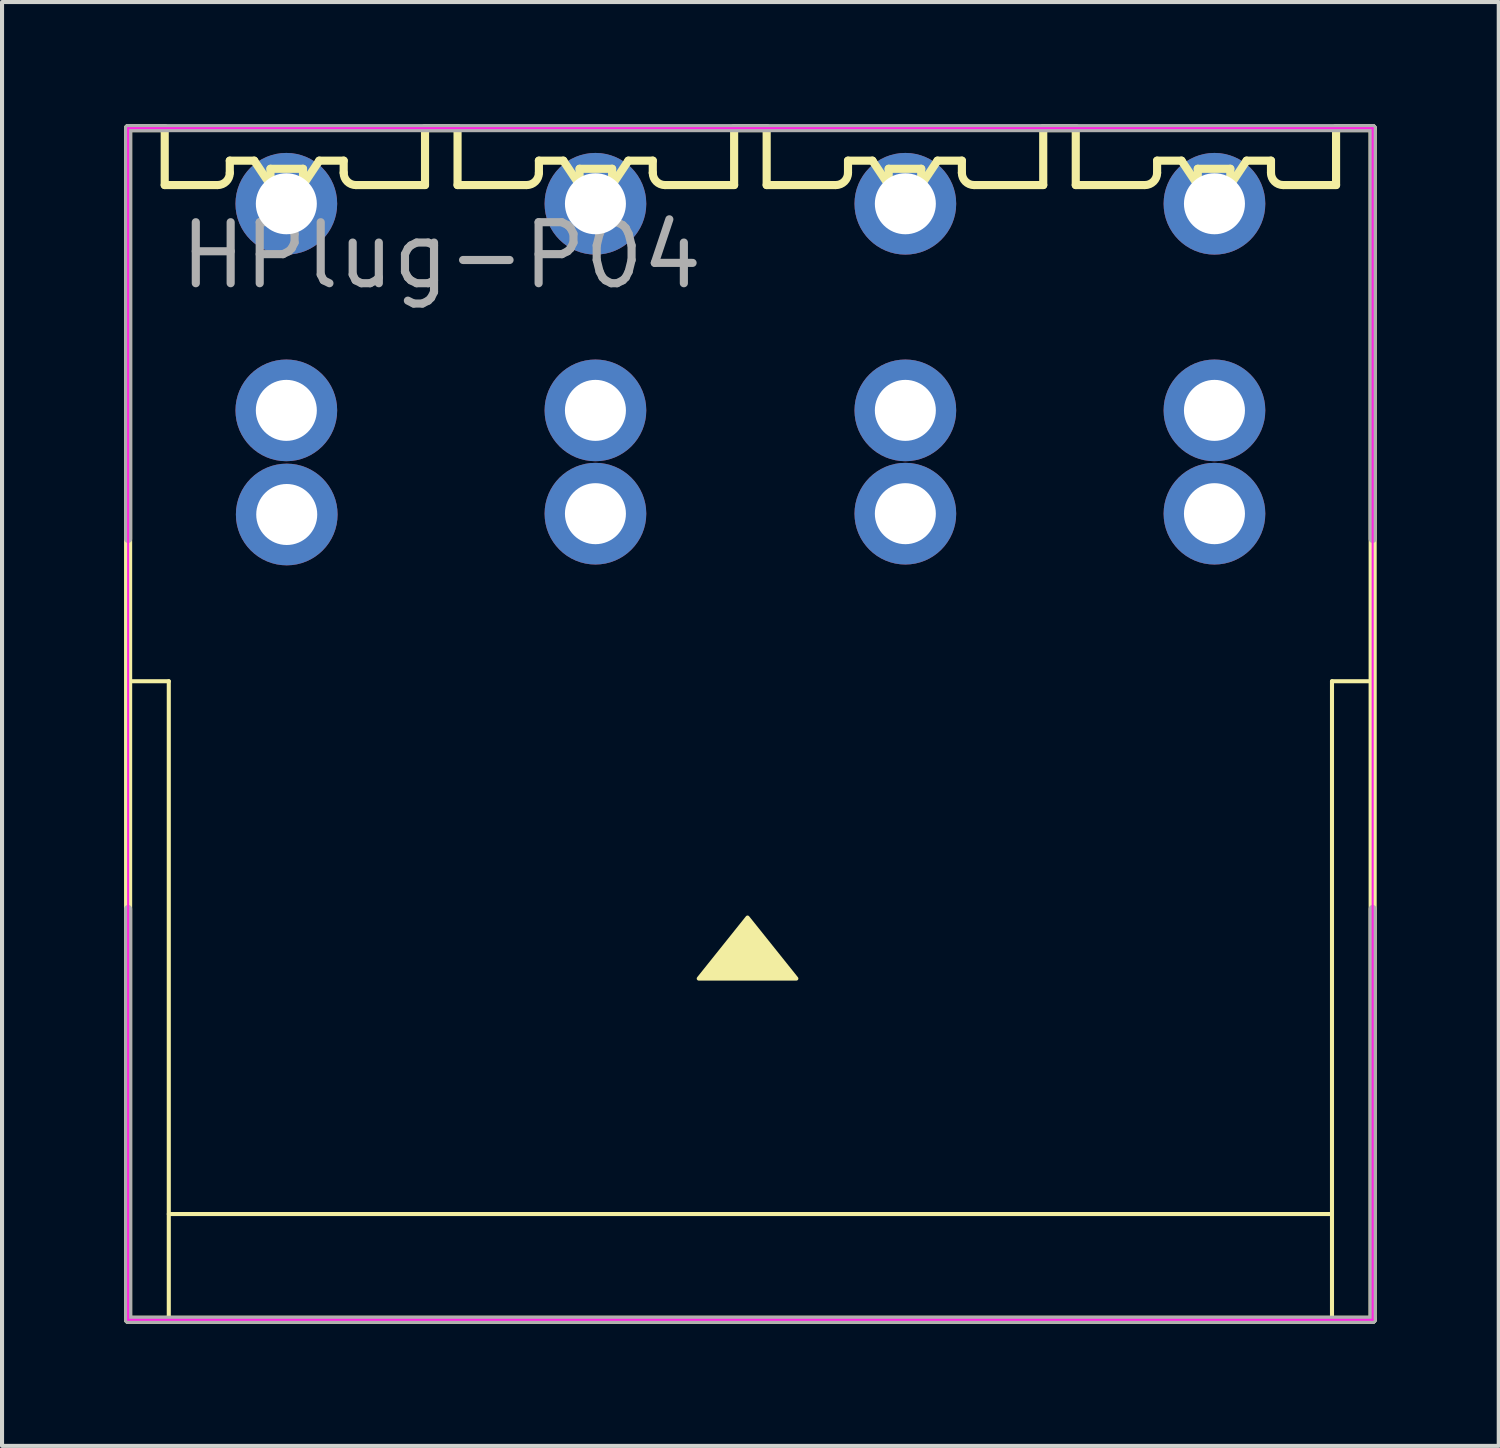
<source format=kicad_pcb>
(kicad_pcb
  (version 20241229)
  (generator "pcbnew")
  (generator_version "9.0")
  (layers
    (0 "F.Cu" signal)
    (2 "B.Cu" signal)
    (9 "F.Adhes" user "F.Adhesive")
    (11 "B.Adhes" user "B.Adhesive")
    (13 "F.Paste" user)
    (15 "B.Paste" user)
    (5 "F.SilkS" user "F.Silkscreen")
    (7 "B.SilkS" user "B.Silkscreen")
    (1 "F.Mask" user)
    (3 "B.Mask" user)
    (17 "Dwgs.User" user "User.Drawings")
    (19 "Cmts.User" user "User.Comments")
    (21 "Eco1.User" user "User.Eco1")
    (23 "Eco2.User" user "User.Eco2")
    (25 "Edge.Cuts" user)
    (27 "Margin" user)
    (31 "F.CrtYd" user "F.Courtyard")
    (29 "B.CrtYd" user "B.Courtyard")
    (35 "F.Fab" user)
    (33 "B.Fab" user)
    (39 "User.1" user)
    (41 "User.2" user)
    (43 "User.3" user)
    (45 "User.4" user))
  (footprint "HPlug-P04"
    (layer "F.Cu")
    (at 15.4 4.5)
    (property "Reference" "HPlug-P04" (at -7.6 -1.27 180) (layer "F.Fab") (effects (font (size 1.5 1.5) (thickness 0.2))))
    (attr through_hole)
    (fp_line (start -15.3 -4.4) (end -15.3 24.9) (stroke (width 0.2) (type solid)) (layer "F.SilkS"))
    (fp_line (start -15.3 -4.4) (end -14.4 -4.4) (stroke (width 0.2) (type solid)) (layer "F.SilkS"))
    (fp_line (start -15.3 9.2) (end -14.3 9.2) (stroke (width 0.1) (type solid)) (layer "F.SilkS"))
    (fp_line (start -15.3 24.9) (end 15.3 24.9) (stroke (width 0.2) (type solid)) (layer "F.SilkS"))
    (fp_line (start -14.4 -3) (end -14.4 -4.4) (stroke (width 0.2) (type solid)) (layer "F.SilkS"))
    (fp_line (start -14.3 9.2) (end -14.3 24.9) (stroke (width 0.1) (type solid)) (layer "F.SilkS"))
    (fp_line (start -14.3 22.3) (end 14.3 22.3) (stroke (width 0.1) (type solid)) (layer "F.SilkS"))
    (fp_line (start -13.1 -3) (end -14.4 -3) (stroke (width 0.2) (type solid)) (layer "F.SilkS"))
    (fp_line (start -12.8 -3.6) (end -12.8 -3.3) (stroke (width 0.2) (type solid)) (layer "F.SilkS"))
    (fp_line (start -12.8 -3.6) (end -12.2 -3.6) (stroke (width 0.2) (type solid)) (layer "F.SilkS"))
    (fp_line (start -11.8 -3.4) (end -11.8 -3) (stroke (width 0.2) (type solid)) (layer "F.SilkS"))
    (fp_line (start -11.8 -3.4) (end -11 -3.4) (stroke (width 0.2) (type solid)) (layer "F.SilkS"))
    (fp_line (start -11.8 -3) (end -12.2 -3.6) (stroke (width 0.2) (type solid)) (layer "F.SilkS"))
    (fp_line (start -11 -3.4) (end -11 -3) (stroke (width 0.2) (type solid)) (layer "F.SilkS"))
    (fp_line (start -11 -3) (end -10.6 -3.6) (stroke (width 0.2) (type solid)) (layer "F.SilkS"))
    (fp_line (start -10.6 -3.6) (end -10 -3.6) (stroke (width 0.2) (type solid)) (layer "F.SilkS"))
    (fp_line (start -10 -3.6) (end -10 -3.3) (stroke (width 0.2) (type solid)) (layer "F.SilkS"))
    (fp_line (start -8 -4.4) (end -7.2 -4.4) (stroke (width 0.2) (type solid)) (layer "F.SilkS"))
    (fp_line (start -8 -3) (end -9.7 -3) (stroke (width 0.2) (type solid)) (layer "F.SilkS"))
    (fp_line (start -8 -3) (end -8 -4.4) (stroke (width 0.2) (type solid)) (layer "F.SilkS"))
    (fp_line (start -7.2 -3) (end -7.2 -4.4) (stroke (width 0.2) (type solid)) (layer "F.SilkS"))
    (fp_line (start -5.5 -3) (end -7.2 -3) (stroke (width 0.2) (type solid)) (layer "F.SilkS"))
    (fp_line (start -5.2 -3.6) (end -4.6 -3.6) (stroke (width 0.2) (type solid)) (layer "F.SilkS"))
    (fp_line (start -5.2 -3.3) (end -5.2 -3.6) (stroke (width 0.2) (type solid)) (layer "F.SilkS"))
    (fp_line (start -4.6 -3.6) (end -4.2 -3) (stroke (width 0.2) (type solid)) (layer "F.SilkS"))
    (fp_line (start -4.2 -3.4) (end -3.4 -3.4) (stroke (width 0.2) (type solid)) (layer "F.SilkS"))
    (fp_line (start -4.2 -3) (end -4.2 -3.4) (stroke (width 0.2) (type solid)) (layer "F.SilkS"))
    (fp_line (start -3.4 -3) (end -3.4 -3.4) (stroke (width 0.2) (type solid)) (layer "F.SilkS"))
    (fp_line (start -3 -3.6) (end -3.4 -3) (stroke (width 0.2) (type solid)) (layer "F.SilkS"))
    (fp_line (start -3 -3.6) (end -2.4 -3.6) (stroke (width 0.2) (type solid)) (layer "F.SilkS"))
    (fp_line (start -2.4 -3.3) (end -2.4 -3.6) (stroke (width 0.2) (type solid)) (layer "F.SilkS"))
    (fp_line (start -0.4 -4.4) (end 0.4 -4.4) (stroke (width 0.2) (type solid)) (layer "F.SilkS"))
    (fp_line (start -0.4 -3) (end -2.1 -3) (stroke (width 0.2) (type solid)) (layer "F.SilkS"))
    (fp_line (start -0.4 -3) (end -0.4 -4.4) (stroke (width 0.2) (type solid)) (layer "F.SilkS"))
    (fp_line (start 0.4 -3) (end 0.4 -4.4) (stroke (width 0.2) (type solid)) (layer "F.SilkS"))
    (fp_line (start 2.1 -3) (end 0.4 -3) (stroke (width 0.2) (type solid)) (layer "F.SilkS"))
    (fp_line (start 2.4 -3.6) (end 3 -3.6) (stroke (width 0.2) (type solid)) (layer "F.SilkS"))
    (fp_line (start 2.4 -3.3) (end 2.4 -3.6) (stroke (width 0.2) (type solid)) (layer "F.SilkS"))
    (fp_line (start 3 -3.6) (end 3.4 -3) (stroke (width 0.2) (type solid)) (layer "F.SilkS"))
    (fp_line (start 3.4 -3.4) (end 4.2 -3.4) (stroke (width 0.2) (type solid)) (layer "F.SilkS"))
    (fp_line (start 3.4 -3) (end 3.4 -3.4) (stroke (width 0.2) (type solid)) (layer "F.SilkS"))
    (fp_line (start 4.2 -3) (end 4.2 -3.4) (stroke (width 0.2) (type solid)) (layer "F.SilkS"))
    (fp_line (start 4.6 -3.6) (end 4.2 -3) (stroke (width 0.2) (type solid)) (layer "F.SilkS"))
    (fp_line (start 4.6 -3.6) (end 5.2 -3.6) (stroke (width 0.2) (type solid)) (layer "F.SilkS"))
    (fp_line (start 5.2 -3.3) (end 5.2 -3.6) (stroke (width 0.2) (type solid)) (layer "F.SilkS"))
    (fp_line (start 7.2 -4.4) (end 8 -4.4) (stroke (width 0.2) (type solid)) (layer "F.SilkS"))
    (fp_line (start 7.2 -3) (end 5.5 -3) (stroke (width 0.2) (type solid)) (layer "F.SilkS"))
    (fp_line (start 7.2 -3) (end 7.2 -4.4) (stroke (width 0.2) (type solid)) (layer "F.SilkS"))
    (fp_line (start 8 -3) (end 8 -4.4) (stroke (width 0.2) (type solid)) (layer "F.SilkS"))
    (fp_line (start 9.7 -3) (end 8 -3) (stroke (width 0.2) (type solid)) (layer "F.SilkS"))
    (fp_line (start 10 -3.6) (end 10.6 -3.6) (stroke (width 0.2) (type solid)) (layer "F.SilkS"))
    (fp_line (start 10 -3.3) (end 10 -3.6) (stroke (width 0.2) (type solid)) (layer "F.SilkS"))
    (fp_line (start 10.6 -3.6) (end 11 -3) (stroke (width 0.2) (type solid)) (layer "F.SilkS"))
    (fp_line (start 11 -3.4) (end 11.8 -3.4) (stroke (width 0.2) (type solid)) (layer "F.SilkS"))
    (fp_line (start 11 -3) (end 11 -3.4) (stroke (width 0.2) (type solid)) (layer "F.SilkS"))
    (fp_line (start 11.8 -3) (end 11.8 -3.4) (stroke (width 0.2) (type solid)) (layer "F.SilkS"))
    (fp_line (start 12.2 -3.6) (end 11.8 -3) (stroke (width 0.2) (type solid)) (layer "F.SilkS"))
    (fp_line (start 12.2 -3.6) (end 12.8 -3.6) (stroke (width 0.2) (type solid)) (layer "F.SilkS"))
    (fp_line (start 12.8 -3.3) (end 12.8 -3.6) (stroke (width 0.2) (type solid)) (layer "F.SilkS"))
    (fp_line (start 14.3 9.2) (end 14.3 24.9) (stroke (width 0.1) (type solid)) (layer "F.SilkS"))
    (fp_line (start 14.3 9.2) (end 15.3 9.2) (stroke (width 0.1) (type solid)) (layer "F.SilkS"))
    (fp_line (start 14.4 -4.4) (end 14.4 -3) (stroke (width 0.2) (type solid)) (layer "F.SilkS"))
    (fp_line (start 14.4 -4.4) (end 15.3 -4.4) (stroke (width 0.2) (type solid)) (layer "F.SilkS"))
    (fp_line (start 14.4 -3) (end 13.1 -3) (stroke (width 0.2) (type solid)) (layer "F.SilkS"))
    (fp_line (start 15.3 -4.4) (end 15.3 24.9) (stroke (width 0.2) (type solid)) (layer "F.SilkS"))
    (fp_arc (start -12.8 -3.3) (mid -12.887868 -3.087868) (end -13.1 -3) (stroke (width 0.2) (type default)) (layer "F.SilkS"))
    (fp_arc (start -9.7 -3) (mid -9.912132 -3.087868) (end -10 -3.3) (stroke (width 0.2) (type default)) (layer "F.SilkS"))
    (fp_arc (start -5.2 -3.3) (mid -5.287868 -3.087868) (end -5.5 -3) (stroke (width 0.2) (type default)) (layer "F.SilkS"))
    (fp_arc (start -2.1 -3) (mid -2.312132 -3.087868) (end -2.4 -3.3) (stroke (width 0.2) (type default)) (layer "F.SilkS"))
    (fp_arc (start 2.4 -3.3) (mid 2.312132 -3.087868) (end 2.1 -3) (stroke (width 0.2) (type default)) (layer "F.SilkS"))
    (fp_arc (start 5.5 -3) (mid 5.287868 -3.087868) (end 5.2 -3.3) (stroke (width 0.2) (type default)) (layer "F.SilkS"))
    (fp_arc (start 10 -3.3) (mid 9.912132 -3.087868) (end 9.7 -3) (stroke (width 0.2) (type default)) (layer "F.SilkS"))
    (fp_arc (start 13.1 -3) (mid 12.887868 -3.087868) (end 12.8 -3.3) (stroke (width 0.2) (type default)) (layer "F.SilkS"))
    (fp_poly (pts (xy 1.13 16.51) (xy -1.27 16.51) (xy -0.07 15.01)) (stroke (width 0.1) (type solid)) (fill yes) (layer "F.SilkS"))
    (fp_line (start -15.3 -4.4) (end -15.3 24.9) (stroke (width 0.05) (type solid)) (layer "F.CrtYd"))
    (fp_line (start 15.3 -4.4) (end -15.3 -4.4) (stroke (width 0.05) (type solid)) (layer "F.CrtYd"))
    (fp_line (start 15.3 -4.4) (end 15.3 24.9) (stroke (width 0.05) (type solid)) (layer "F.CrtYd"))
    (fp_line (start 15.3 24.9) (end -15.3 24.9) (stroke (width 0.05) (type solid)) (layer "F.CrtYd"))
    (fp_line (start -15.3 5.7) (end -15.3 -4.4) (stroke (width 0.2) (type solid)) (layer "F.Fab"))
    (fp_line (start -15.3 24.9) (end -15.3 14.8) (stroke (width 0.2) (type solid)) (layer "F.Fab"))
    (fp_line (start 15.3 -4.4) (end -15.3 -4.4) (stroke (width 0.2) (type solid)) (layer "F.Fab"))
    (fp_line (start 15.3 5.7) (end 15.3 -4.4) (stroke (width 0.2) (type solid)) (layer "F.Fab"))
    (fp_line (start 15.3 14.8) (end 15.3 24.9) (stroke (width 0.2) (type solid)) (layer "F.Fab"))
    (fp_line (start 15.3 24.9) (end -15.3 24.9) (stroke (width 0.2) (type solid)) (layer "F.Fab"))
    (pad "1" thru_hole circle (at -11.41 -2.54) (size 2.5 2.5) (drill 1.5) (layers "*.Cu" "*.Mask"))
    (pad "1" thru_hole circle (at -11.41 2.54) (size 2.5 2.5) (drill 1.5) (layers "*.Cu" "*.Mask"))
    (pad "1" thru_hole circle (at -11.4 5.1) (size 2.5 2.5) (drill 1.5) (layers "*.Cu" "*.Mask"))
    (pad "2" thru_hole circle (at -3.81 -2.54) (size 2.5 2.5) (drill 1.5) (layers "*.Cu" "*.Mask"))
    (pad "2" thru_hole circle (at -3.81 2.54) (size 2.5 2.5) (drill 1.5) (layers "*.Cu" "*.Mask"))
    (pad "2" thru_hole circle (at -3.81 5.08) (size 2.5 2.5) (drill 1.5) (layers "*.Cu" "*.Mask"))
    (pad "3" thru_hole circle (at 3.81 -2.54) (size 2.5 2.5) (drill 1.5) (layers "*.Cu" "*.Mask"))
    (pad "3" thru_hole circle (at 3.81 2.54) (size 2.5 2.5) (drill 1.5) (layers "*.Cu" "*.Mask"))
    (pad "3" thru_hole circle (at 3.81 5.08) (size 2.5 2.5) (drill 1.5) (layers "*.Cu" "*.Mask"))
    (pad "4" thru_hole circle (at 11.41 -2.54) (size 2.5 2.5) (drill 1.5) (layers "*.Cu" "*.Mask"))
    (pad "4" thru_hole circle (at 11.41 2.54) (size 2.5 2.5) (drill 1.5) (layers "*.Cu" "*.Mask"))
    (pad "4" thru_hole circle (at 11.41 5.08) (size 2.5 2.5) (drill 1.5) (layers "*.Cu" "*.Mask")))
  (gr_rect
    (start -3 -3)
    (end 33.8 32.5)
    (stroke (width 0.1) (type default))
    (fill no)
    (layer "Edge.Cuts")))
</source>
